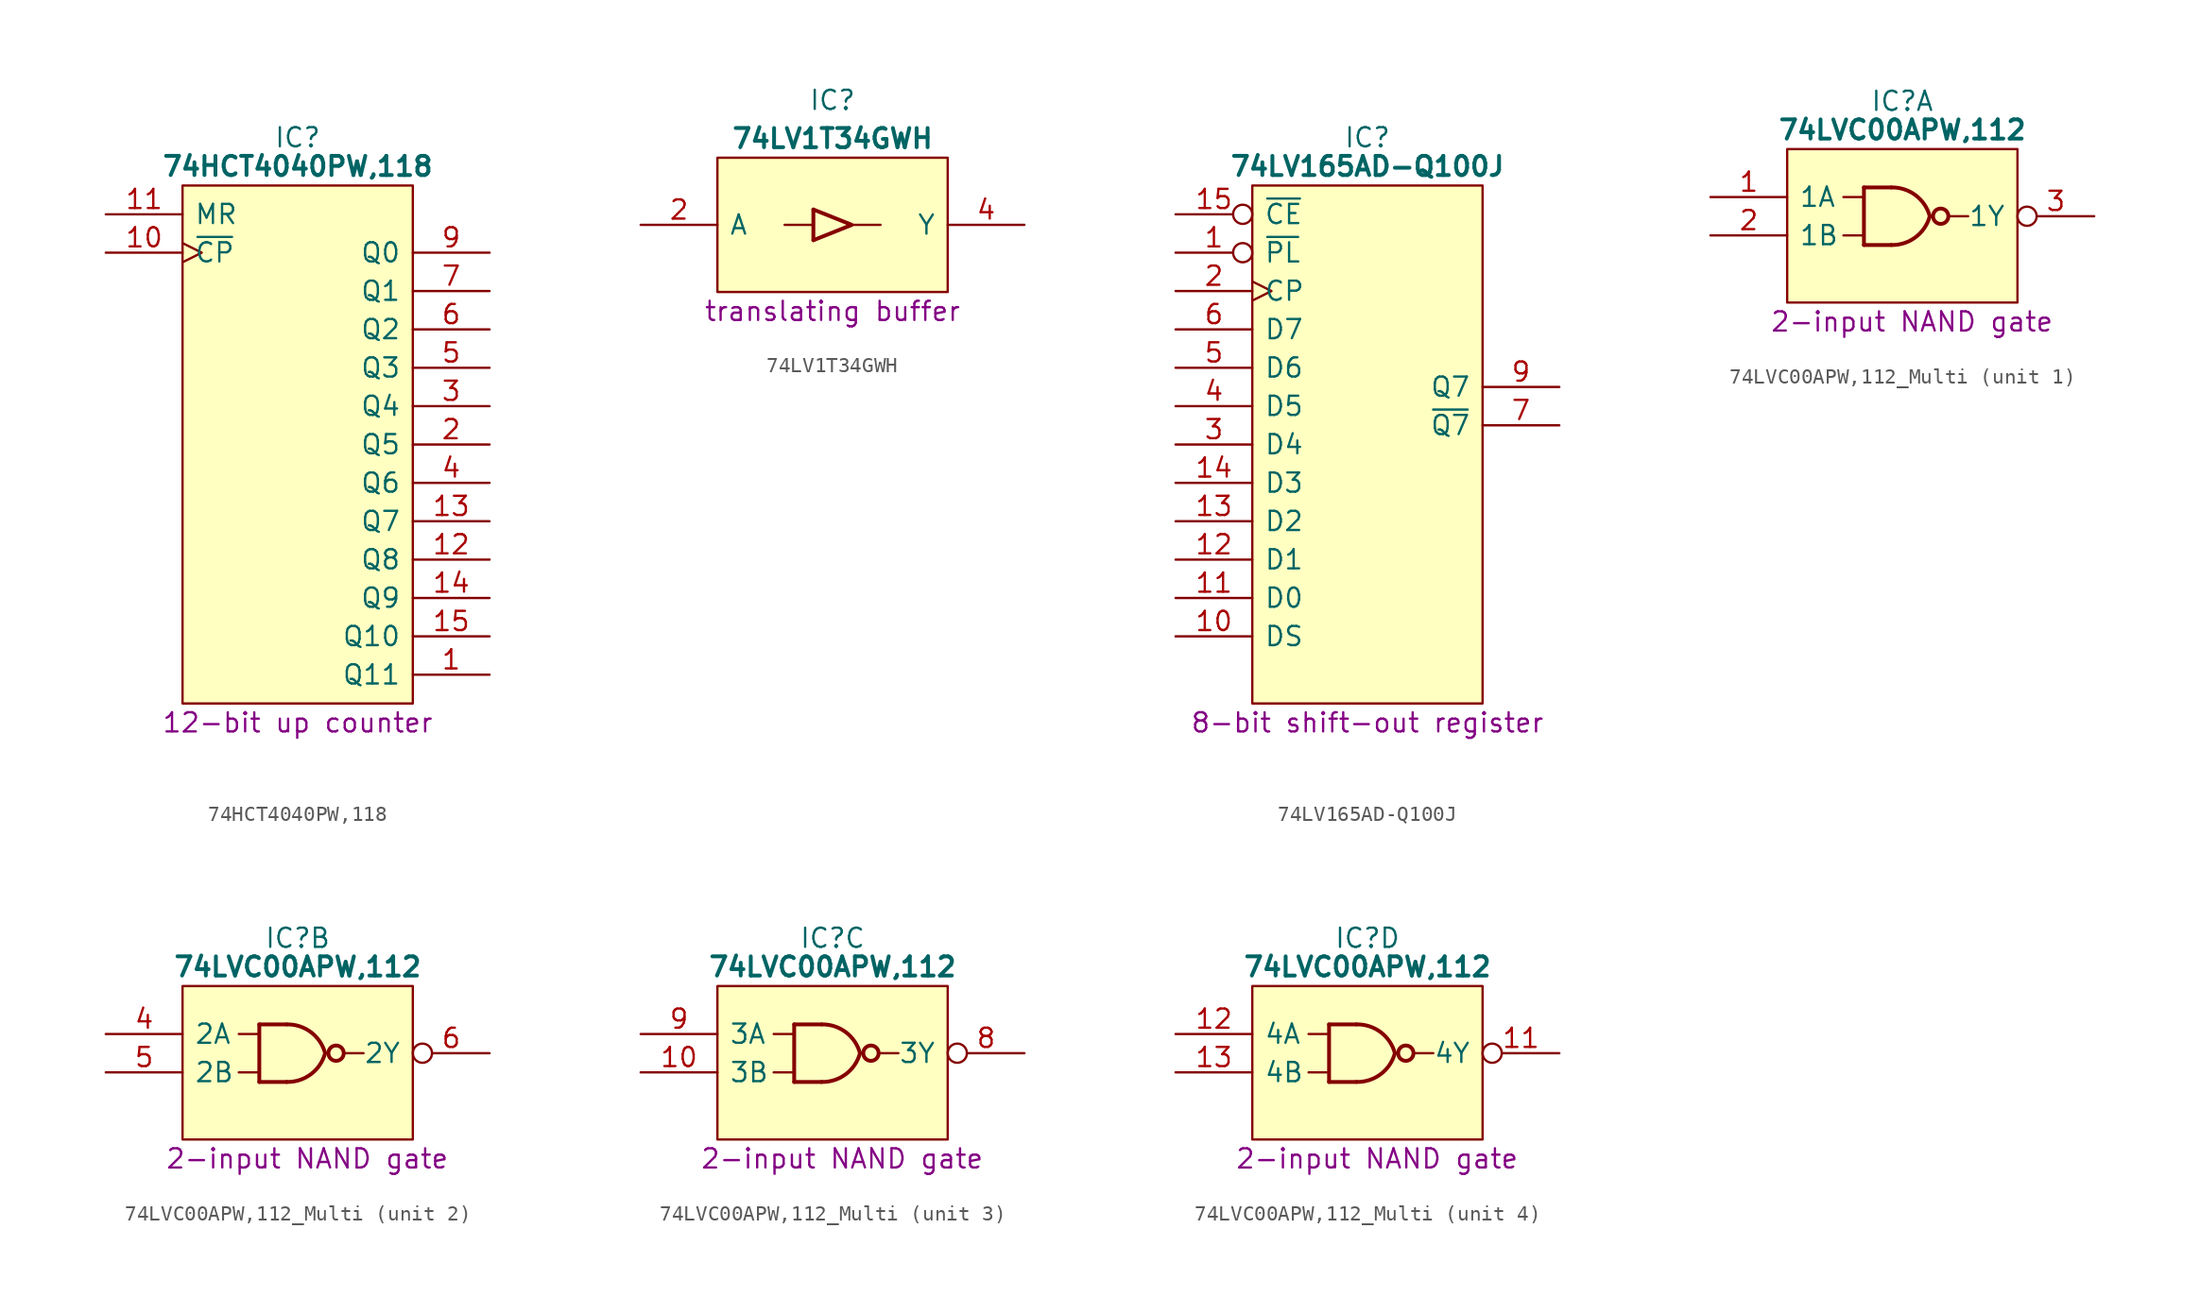
<source format=kicad_sym>
(kicad_symbol_lib
  (version 20231120)
  (generator "kicad_symbol_editor")
  (generator_version "8.0")
  (symbol "74HCT4040PW,118"
    (pin_names
      (offset 0.762))
    (property "Reference" "IC"
      (at 12.7 5.08 0)
      (effects (font (size 1.27 1.27))))
    (property "Value" "74HCT4040PW,118"
      (at 12.7 3.175 0)
      (effects (font (size 1.27 1.27) (bold yes))))
    (property "Description" "12-bit up counter"
      (at 12.7 -33.655 0)
      (effects (font (size 1.27 1.27))))
    (symbol "74HCT4040PW,118_0_0"
      (pin output line (at 25.4 -30.48 180) (length 5.08) (name "Q11" (effects (font (size 1.27 1.27)))) (number "1" (effects (font (size 1.27 1.27)))))
      (pin input line (at 0 0 0) (length 5.08) (name "MR" (effects (font (size 1.27 1.27)))) (number "11" (effects (font (size 1.27 1.27)))))
      (pin output line (at 25.4 -22.86 180) (length 5.08) (name "Q8" (effects (font (size 1.27 1.27)))) (number "12" (effects (font (size 1.27 1.27)))))
      (pin output line (at 25.4 -20.32 180) (length 5.08) (name "Q7" (effects (font (size 1.27 1.27)))) (number "13" (effects (font (size 1.27 1.27)))))
      (pin output line (at 25.4 -25.4 180) (length 5.08) (name "Q9" (effects (font (size 1.27 1.27)))) (number "14" (effects (font (size 1.27 1.27)))))
      (pin output line (at 25.4 -27.94 180) (length 5.08) (name "Q10" (effects (font (size 1.27 1.27)))) (number "15" (effects (font (size 1.27 1.27)))))
      (pin passive line (at 25.4 0 180) (length 5.08) hide (name "5V" (effects (font (size 1.27 1.27)))) (number "16" (effects (font (size 1.27 1.27)))))
      (pin output line (at 25.4 -15.24 180) (length 5.08) (name "Q5" (effects (font (size 1.27 1.27)))) (number "2" (effects (font (size 1.27 1.27)))))
      (pin output line (at 25.4 -12.7 180) (length 5.08) (name "Q4" (effects (font (size 1.27 1.27)))) (number "3" (effects (font (size 1.27 1.27)))))
      (pin output line (at 25.4 -17.78 180) (length 5.08) (name "Q6" (effects (font (size 1.27 1.27)))) (number "4" (effects (font (size 1.27 1.27)))))
      (pin output line (at 25.4 -10.16 180) (length 5.08) (name "Q3" (effects (font (size 1.27 1.27)))) (number "5" (effects (font (size 1.27 1.27)))))
      (pin output line (at 25.4 -7.62 180) (length 5.08) (name "Q2" (effects (font (size 1.27 1.27)))) (number "6" (effects (font (size 1.27 1.27)))))
      (pin output line (at 25.4 -5.08 180) (length 5.08) (name "Q1" (effects (font (size 1.27 1.27)))) (number "7" (effects (font (size 1.27 1.27)))))
      (pin passive line (at 0 -30.48 0) (length 5.08) hide (name "GND" (effects (font (size 1.27 1.27)))) (number "8" (effects (font (size 1.27 1.27)))))
      (pin output line (at 25.4 -2.54 180) (length 5.08) (name "Q0" (effects (font (size 1.27 1.27)))) (number "9" (effects (font (size 1.27 1.27))))))
    (symbol "74HCT4040PW,118_0_1"
      (polyline (pts (xy 5.08 1.905) (xy 20.32 1.905) (xy 20.32 -32.385) (xy 5.08 -32.385) (xy 5.08 1.905)) (stroke (width 0.152) (type default)) (fill (type background))))
    (symbol "74HCT4040PW,118_1_0"
      (pin input clock (at 0 -2.54 0) (length 5.08) (name "~{CP}" (effects (font (size 1.27 1.27)))) (number "10" (effects (font (size 1.27 1.27)))))))
  (symbol "74LV1T34GWH"
    (pin_names
      (offset 0.762))
    (property "Reference" "IC"
      (at 12.7 5.715 0)
      (effects (font (size 1.27 1.27))))
    (property "Value" "74LV1T34GWH"
      (at 12.7 3.175 0)
      (effects (font (size 1.27 1.27) (bold yes))))
    (property "Description" "translating buffer"
      (at 12.7 -8.255 0)
      (effects (font (size 1.27 1.27))))
    (symbol "74LV1T34GWH_0_0"
      (pin no_connect line (at 0 0 0) (length 5.08) hide (name "n.c." (effects (font (size 1.27 1.27)))) (number "1" (effects (font (size 1.27 1.27)))))
      (pin input line (at 0 -2.54 0) (length 5.08) (name "A" (effects (font (size 1.27 1.27)))) (number "2" (effects (font (size 1.27 1.27)))))
      (pin passive line (at 0 -5.08 0) (length 5.08) hide (name "GND" (effects (font (size 1.27 1.27)))) (number "3" (effects (font (size 1.27 1.27)))))
      (pin passive line (at 25.4 -2.54 180) (length 5.08) (name "Y" (effects (font (size 1.27 1.27)))) (number "4" (effects (font (size 1.27 1.27)))))
      (pin passive line (at 25.4 0 180) (length 5.08) hide (name "5V" (effects (font (size 1.27 1.27)))) (number "5" (effects (font (size 1.27 1.27))))))
    (symbol "74LV1T34GWH_0_1"
      (polyline (pts (xy 9.525 -2.54) (xy 11.43 -2.54)) (stroke (width 0) (type default)) (fill (type none)))
      (polyline (pts (xy 13.97 -2.54) (xy 15.875 -2.54)) (stroke (width 0) (type default)) (fill (type none)))
      (polyline (pts (xy 11.43 -3.556) (xy 13.97 -2.54) (xy 11.43 -1.524)) (stroke (width 0.254) (type default)) (fill (type none)))
      (polyline (pts (xy 5.08 1.905) (xy 20.32 1.905) (xy 20.32 -6.985) (xy 5.08 -6.985) (xy 5.08 1.905)) (stroke (width 0.152) (type default)) (fill (type background)))
      (rectangle (start 11.43 -1.524) (end 11.43 -3.556) (stroke (width 0.254) (type default)) (fill (type background)))))
  (symbol "74LV165AD-Q100J"
    (pin_names
      (offset 0.762))
    (property "Reference" "IC"
      (at 12.7 5.08 0)
      (effects (font (size 1.27 1.27))))
    (property "Value" "74LV165AD-Q100J"
      (at 12.7 3.175 0)
      (effects (font (size 1.27 1.27) (bold yes))))
    (property "Description" "8-bit shift-out register"
      (at 12.7 -33.655 0)
      (effects (font (size 1.27 1.27))))
    (symbol "74LV165AD-Q100J_0_0"
      (pin input inverted (at 0 -2.54 0) (length 5.08) (name "~{PL}" (effects (font (size 1.27 1.27)))) (number "1" (effects (font (size 1.27 1.27)))))
      (pin input line (at 0 -27.94 0) (length 5.08) (name "DS" (effects (font (size 1.27 1.27)))) (number "10" (effects (font (size 1.27 1.27)))))
      (pin input line (at 0 -25.4 0) (length 5.08) (name "D0" (effects (font (size 1.27 1.27)))) (number "11" (effects (font (size 1.27 1.27)))))
      (pin input line (at 0 -22.86 0) (length 5.08) (name "D1" (effects (font (size 1.27 1.27)))) (number "12" (effects (font (size 1.27 1.27)))))
      (pin input line (at 0 -20.32 0) (length 5.08) (name "D2" (effects (font (size 1.27 1.27)))) (number "13" (effects (font (size 1.27 1.27)))))
      (pin input line (at 0 -17.78 0) (length 5.08) (name "D3" (effects (font (size 1.27 1.27)))) (number "14" (effects (font (size 1.27 1.27)))))
      (pin input inverted (at 0 0 0) (length 5.08) (name "~{CE}" (effects (font (size 1.27 1.27)))) (number "15" (effects (font (size 1.27 1.27)))))
      (pin passive line (at 25.4 0 180) (length 5.08) hide (name "VCC" (effects (font (size 1.27 1.27)))) (number "16" (effects (font (size 1.27 1.27)))))
      (pin input clock (at 0 -5.08 0) (length 5.08) (name "CP" (effects (font (size 1.27 1.27)))) (number "2" (effects (font (size 1.27 1.27)))))
      (pin input line (at 0 -15.24 0) (length 5.08) (name "D4" (effects (font (size 1.27 1.27)))) (number "3" (effects (font (size 1.27 1.27)))))
      (pin input line (at 0 -12.7 0) (length 5.08) (name "D5" (effects (font (size 1.27 1.27)))) (number "4" (effects (font (size 1.27 1.27)))))
      (pin input line (at 0 -10.16 0) (length 5.08) (name "D6" (effects (font (size 1.27 1.27)))) (number "5" (effects (font (size 1.27 1.27)))))
      (pin input line (at 0 -7.62 0) (length 5.08) (name "D7" (effects (font (size 1.27 1.27)))) (number "6" (effects (font (size 1.27 1.27)))))
      (pin output line (at 25.4 -13.97 180) (length 5.08) (name "~{Q7}" (effects (font (size 1.27 1.27)))) (number "7" (effects (font (size 1.27 1.27)))))
      (pin passive line (at 0 -30.48 0) (length 5.08) hide (name "GND" (effects (font (size 1.27 1.27)))) (number "8" (effects (font (size 1.27 1.27)))))
      (pin output line (at 25.4 -11.43 180) (length 5.08) (name "Q7" (effects (font (size 1.27 1.27)))) (number "9" (effects (font (size 1.27 1.27))))))
    (symbol "74LV165AD-Q100J_0_1"
      (polyline (pts (xy 5.08 1.905) (xy 20.32 1.905) (xy 20.32 -32.385) (xy 5.08 -32.385) (xy 5.08 1.905)) (stroke (width 0.152) (type default)) (fill (type background)))))
  (symbol "74LVC00APW,112_Multi"
    (pin_names
      (offset 0.762))
    (property "Reference" "IC"
      (at 12.7 6.35 0)
      (effects (font (size 1.27 1.27))))
    (property "Value" "74LVC00APW,112"
      (at 12.7 4.445 0)
      (effects (font (size 1.27 1.27) (bold yes))))
    (property "Description" "2-input NAND gate"
      (at 13.335 -8.255 0)
      (effects (font (size 1.27 1.27))))
    (symbol "74LVC00APW,112_Multi_0_0"
      (pin passive line (at 25.4 1.27 180) (length 5.08) hide (name "3V" (effects (font (size 1.27 1.27)))) (number "14" (effects (font (size 1.27 1.27)))))
      (pin passive line (at 0 -5.08 0) (length 5.08) hide (name "GND" (effects (font (size 1.27 1.27)))) (number "7" (effects (font (size 1.27 1.27))))))
    (symbol "74LVC00APW,112_Multi_0_1"
      (polyline (pts (xy 8.802 -2.54) (xy 10.072 -2.54)) (stroke (width 0) (type default)) (fill (type none)))
      (polyline (pts (xy 8.802 0) (xy 10.072 0)) (stroke (width 0) (type default)) (fill (type none)))
      (polyline (pts (xy 10.16 0.635) (xy 10.16 -3.175)) (stroke (width 0.254) (type default)) (fill (type background)))
      (polyline (pts (xy 11.977 -3.175) (xy 10.16 -3.175)) (stroke (width 0.254) (type default)) (fill (type background)))
      (polyline (pts (xy 11.977 0.635) (xy 10.16 0.635)) (stroke (width 0.254) (type default)) (fill (type background)))
      (polyline (pts (xy 15.875 -1.27) (xy 17.057 -1.27)) (stroke (width 0) (type default)) (fill (type none)))
      (polyline (pts (xy 5.08 3.175) (xy 20.32 3.175) (xy 20.32 -6.985) (xy 5.08 -6.985) (xy 5.08 3.175)) (stroke (width 0.152) (type default)) (fill (type background)))
      (arc (start 11.977 -3.175) (mid 13.5751 -2.6601) (end 14.517 -1.27) (stroke (width 0.254) (type default)) (fill (type none)))
      (arc (start 14.517 -1.27) (mid 13.5761 0.1213) (end 11.977 0.635) (stroke (width 0.254) (type default)) (fill (type none)))
      (circle (center 15.24 -1.27) (radius 0.508) (stroke (width 0.254) (type default)) (fill (type none))))
    (symbol "74LVC00APW,112_Multi_1_0"
      (pin input line (at 0 0 0) (length 5.08) (name "1A" (effects (font (size 1.27 1.27)))) (number "1" (effects (font (size 1.27 1.27)))))
      (pin input line (at 0 -2.54 0) (length 5.08) (name "1B" (effects (font (size 1.27 1.27)))) (number "2" (effects (font (size 1.27 1.27)))))
      (pin output inverted (at 25.4 -1.27 180) (length 5.08) (name "1Y" (effects (font (size 1.27 1.27)))) (number "3" (effects (font (size 1.27 1.27))))))
    (symbol "74LVC00APW,112_Multi_2_0"
      (pin input line (at 0 0 0) (length 5.08) (name "2A" (effects (font (size 1.27 1.27)))) (number "4" (effects (font (size 1.27 1.27)))))
      (pin input line (at 0 -2.54 0) (length 5.08) (name "2B" (effects (font (size 1.27 1.27)))) (number "5" (effects (font (size 1.27 1.27)))))
      (pin output inverted (at 25.4 -1.27 180) (length 5.08) (name "2Y" (effects (font (size 1.27 1.27)))) (number "6" (effects (font (size 1.27 1.27))))))
    (symbol "74LVC00APW,112_Multi_3_0"
      (pin input line (at 0 -2.54 0) (length 5.08) (name "3B" (effects (font (size 1.27 1.27)))) (number "10" (effects (font (size 1.27 1.27)))))
      (pin output inverted (at 25.4 -1.27 180) (length 5.08) (name "3Y" (effects (font (size 1.27 1.27)))) (number "8" (effects (font (size 1.27 1.27)))))
      (pin input line (at 0 0 0) (length 5.08) (name "3A" (effects (font (size 1.27 1.27)))) (number "9" (effects (font (size 1.27 1.27))))))
    (symbol "74LVC00APW,112_Multi_4_0"
      (pin output inverted (at 25.4 -1.27 180) (length 5.08) (name "4Y" (effects (font (size 1.27 1.27)))) (number "11" (effects (font (size 1.27 1.27)))))
      (pin input line (at 0 0 0) (length 5.08) (name "4A" (effects (font (size 1.27 1.27)))) (number "12" (effects (font (size 1.27 1.27)))))
      (pin input line (at 0 -2.54 0) (length 5.08) (name "4B" (effects (font (size 1.27 1.27)))) (number "13" (effects (font (size 1.27 1.27))))))))
</source>
